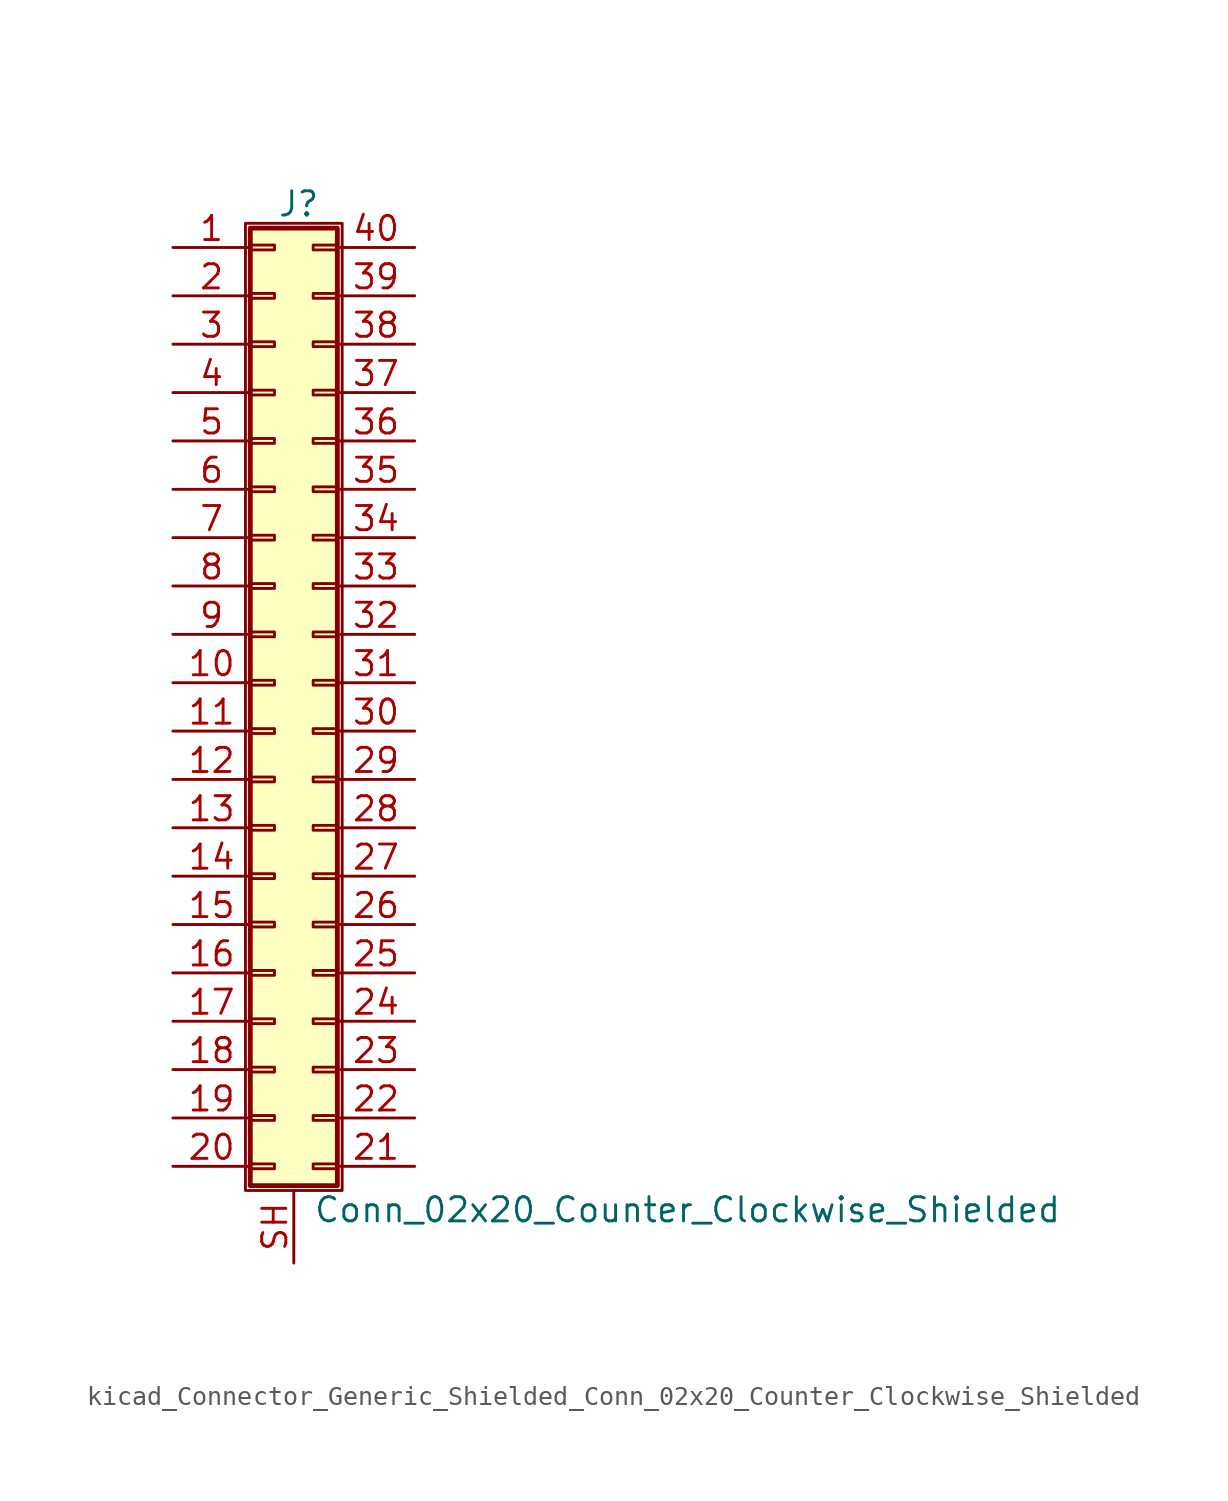
<source format=kicad_sym>
(kicad_symbol_lib
  (version 20220914)
  (generator kicad_symbol_editor)
  (symbol "kicad_Connector_Generic_Shielded_Conn_02x20_Counter_Clockwise_Shielded"
    (pin_names
      (offset 1.016) hide)
    (property "Reference" "J"
      (at 1.524 25.146 0)
      (effects (font (size 1.27 1.27))))
    (property "Value" "Conn_02x20_Counter_Clockwise_Shielded"
      (at 2.286 -27.686 0)
      (effects (font (size 1.27 1.27)) (justify left)))
    (symbol "kicad_Connector_Generic_Shielded_Conn_02x20_Counter_Clockwise_Shielded_1_1"
      (rectangle (start -1.27 24.13) (end 3.81 -26.67) (stroke (width 0.152) (type default)) (fill (type none)))
      (rectangle (start -1.016 -25.273) (end 0.254 -25.527) (stroke (width 0.152) (type default)) (fill (type none)))
      (rectangle (start -1.016 -22.733) (end 0.254 -22.987) (stroke (width 0.152) (type default)) (fill (type none)))
      (rectangle (start -1.016 -20.193) (end 0.254 -20.447) (stroke (width 0.152) (type default)) (fill (type none)))
      (rectangle (start -1.016 -17.653) (end 0.254 -17.907) (stroke (width 0.152) (type default)) (fill (type none)))
      (rectangle (start -1.016 -15.113) (end 0.254 -15.367) (stroke (width 0.152) (type default)) (fill (type none)))
      (rectangle (start -1.016 -12.573) (end 0.254 -12.827) (stroke (width 0.152) (type default)) (fill (type none)))
      (rectangle (start -1.016 -10.033) (end 0.254 -10.287) (stroke (width 0.152) (type default)) (fill (type none)))
      (rectangle (start -1.016 -7.493) (end 0.254 -7.747) (stroke (width 0.152) (type default)) (fill (type none)))
      (rectangle (start -1.016 -4.953) (end 0.254 -5.207) (stroke (width 0.152) (type default)) (fill (type none)))
      (rectangle (start -1.016 -2.413) (end 0.254 -2.667) (stroke (width 0.152) (type default)) (fill (type none)))
      (rectangle (start -1.016 0.127) (end 0.254 -0.127) (stroke (width 0.152) (type default)) (fill (type none)))
      (rectangle (start -1.016 2.667) (end 0.254 2.413) (stroke (width 0.152) (type default)) (fill (type none)))
      (rectangle (start -1.016 5.207) (end 0.254 4.953) (stroke (width 0.152) (type default)) (fill (type none)))
      (rectangle (start -1.016 7.747) (end 0.254 7.493) (stroke (width 0.152) (type default)) (fill (type none)))
      (rectangle (start -1.016 10.287) (end 0.254 10.033) (stroke (width 0.152) (type default)) (fill (type none)))
      (rectangle (start -1.016 12.827) (end 0.254 12.573) (stroke (width 0.152) (type default)) (fill (type none)))
      (rectangle (start -1.016 15.367) (end 0.254 15.113) (stroke (width 0.152) (type default)) (fill (type none)))
      (rectangle (start -1.016 17.907) (end 0.254 17.653) (stroke (width 0.152) (type default)) (fill (type none)))
      (rectangle (start -1.016 20.447) (end 0.254 20.193) (stroke (width 0.152) (type default)) (fill (type none)))
      (rectangle (start -1.016 22.987) (end 0.254 22.733) (stroke (width 0.152) (type default)) (fill (type none)))
      (rectangle (start -1.016 23.876) (end 3.556 -26.416) (stroke (width 0.254) (type default)) (fill (type background)))
      (rectangle (start 3.556 -25.273) (end 2.286 -25.527) (stroke (width 0.152) (type default)) (fill (type none)))
      (rectangle (start 3.556 -22.733) (end 2.286 -22.987) (stroke (width 0.152) (type default)) (fill (type none)))
      (rectangle (start 3.556 -20.193) (end 2.286 -20.447) (stroke (width 0.152) (type default)) (fill (type none)))
      (rectangle (start 3.556 -17.653) (end 2.286 -17.907) (stroke (width 0.152) (type default)) (fill (type none)))
      (rectangle (start 3.556 -15.113) (end 2.286 -15.367) (stroke (width 0.152) (type default)) (fill (type none)))
      (rectangle (start 3.556 -12.573) (end 2.286 -12.827) (stroke (width 0.152) (type default)) (fill (type none)))
      (rectangle (start 3.556 -10.033) (end 2.286 -10.287) (stroke (width 0.152) (type default)) (fill (type none)))
      (rectangle (start 3.556 -7.493) (end 2.286 -7.747) (stroke (width 0.152) (type default)) (fill (type none)))
      (rectangle (start 3.556 -4.953) (end 2.286 -5.207) (stroke (width 0.152) (type default)) (fill (type none)))
      (rectangle (start 3.556 -2.413) (end 2.286 -2.667) (stroke (width 0.152) (type default)) (fill (type none)))
      (rectangle (start 3.556 0.127) (end 2.286 -0.127) (stroke (width 0.152) (type default)) (fill (type none)))
      (rectangle (start 3.556 2.667) (end 2.286 2.413) (stroke (width 0.152) (type default)) (fill (type none)))
      (rectangle (start 3.556 5.207) (end 2.286 4.953) (stroke (width 0.152) (type default)) (fill (type none)))
      (rectangle (start 3.556 7.747) (end 2.286 7.493) (stroke (width 0.152) (type default)) (fill (type none)))
      (rectangle (start 3.556 10.287) (end 2.286 10.033) (stroke (width 0.152) (type default)) (fill (type none)))
      (rectangle (start 3.556 12.827) (end 2.286 12.573) (stroke (width 0.152) (type default)) (fill (type none)))
      (rectangle (start 3.556 15.367) (end 2.286 15.113) (stroke (width 0.152) (type default)) (fill (type none)))
      (rectangle (start 3.556 17.907) (end 2.286 17.653) (stroke (width 0.152) (type default)) (fill (type none)))
      (rectangle (start 3.556 20.447) (end 2.286 20.193) (stroke (width 0.152) (type default)) (fill (type none)))
      (rectangle (start 3.556 22.987) (end 2.286 22.733) (stroke (width 0.152) (type default)) (fill (type none)))
      (pin passive line (at -5.08 22.86 0) (length 4.064) (name "Pin_1" (effects (font (size 1.27 1.27)))) (number "1" (effects (font (size 1.27 1.27)))))
      (pin passive line (at -5.08 0 0) (length 4.064) (name "Pin_10" (effects (font (size 1.27 1.27)))) (number "10" (effects (font (size 1.27 1.27)))))
      (pin passive line (at -5.08 -2.54 0) (length 4.064) (name "Pin_11" (effects (font (size 1.27 1.27)))) (number "11" (effects (font (size 1.27 1.27)))))
      (pin passive line (at -5.08 -5.08 0) (length 4.064) (name "Pin_12" (effects (font (size 1.27 1.27)))) (number "12" (effects (font (size 1.27 1.27)))))
      (pin passive line (at -5.08 -7.62 0) (length 4.064) (name "Pin_13" (effects (font (size 1.27 1.27)))) (number "13" (effects (font (size 1.27 1.27)))))
      (pin passive line (at -5.08 -10.16 0) (length 4.064) (name "Pin_14" (effects (font (size 1.27 1.27)))) (number "14" (effects (font (size 1.27 1.27)))))
      (pin passive line (at -5.08 -12.7 0) (length 4.064) (name "Pin_15" (effects (font (size 1.27 1.27)))) (number "15" (effects (font (size 1.27 1.27)))))
      (pin passive line (at -5.08 -15.24 0) (length 4.064) (name "Pin_16" (effects (font (size 1.27 1.27)))) (number "16" (effects (font (size 1.27 1.27)))))
      (pin passive line (at -5.08 -17.78 0) (length 4.064) (name "Pin_17" (effects (font (size 1.27 1.27)))) (number "17" (effects (font (size 1.27 1.27)))))
      (pin passive line (at -5.08 -20.32 0) (length 4.064) (name "Pin_18" (effects (font (size 1.27 1.27)))) (number "18" (effects (font (size 1.27 1.27)))))
      (pin passive line (at -5.08 -22.86 0) (length 4.064) (name "Pin_19" (effects (font (size 1.27 1.27)))) (number "19" (effects (font (size 1.27 1.27)))))
      (pin passive line (at -5.08 20.32 0) (length 4.064) (name "Pin_2" (effects (font (size 1.27 1.27)))) (number "2" (effects (font (size 1.27 1.27)))))
      (pin passive line (at -5.08 -25.4 0) (length 4.064) (name "Pin_20" (effects (font (size 1.27 1.27)))) (number "20" (effects (font (size 1.27 1.27)))))
      (pin passive line (at 7.62 -25.4 180) (length 4.064) (name "Pin_21" (effects (font (size 1.27 1.27)))) (number "21" (effects (font (size 1.27 1.27)))))
      (pin passive line (at 7.62 -22.86 180) (length 4.064) (name "Pin_22" (effects (font (size 1.27 1.27)))) (number "22" (effects (font (size 1.27 1.27)))))
      (pin passive line (at 7.62 -20.32 180) (length 4.064) (name "Pin_23" (effects (font (size 1.27 1.27)))) (number "23" (effects (font (size 1.27 1.27)))))
      (pin passive line (at 7.62 -17.78 180) (length 4.064) (name "Pin_24" (effects (font (size 1.27 1.27)))) (number "24" (effects (font (size 1.27 1.27)))))
      (pin passive line (at 7.62 -15.24 180) (length 4.064) (name "Pin_25" (effects (font (size 1.27 1.27)))) (number "25" (effects (font (size 1.27 1.27)))))
      (pin passive line (at 7.62 -12.7 180) (length 4.064) (name "Pin_26" (effects (font (size 1.27 1.27)))) (number "26" (effects (font (size 1.27 1.27)))))
      (pin passive line (at 7.62 -10.16 180) (length 4.064) (name "Pin_27" (effects (font (size 1.27 1.27)))) (number "27" (effects (font (size 1.27 1.27)))))
      (pin passive line (at 7.62 -7.62 180) (length 4.064) (name "Pin_28" (effects (font (size 1.27 1.27)))) (number "28" (effects (font (size 1.27 1.27)))))
      (pin passive line (at 7.62 -5.08 180) (length 4.064) (name "Pin_29" (effects (font (size 1.27 1.27)))) (number "29" (effects (font (size 1.27 1.27)))))
      (pin passive line (at -5.08 17.78 0) (length 4.064) (name "Pin_3" (effects (font (size 1.27 1.27)))) (number "3" (effects (font (size 1.27 1.27)))))
      (pin passive line (at 7.62 -2.54 180) (length 4.064) (name "Pin_30" (effects (font (size 1.27 1.27)))) (number "30" (effects (font (size 1.27 1.27)))))
      (pin passive line (at 7.62 0 180) (length 4.064) (name "Pin_31" (effects (font (size 1.27 1.27)))) (number "31" (effects (font (size 1.27 1.27)))))
      (pin passive line (at 7.62 2.54 180) (length 4.064) (name "Pin_32" (effects (font (size 1.27 1.27)))) (number "32" (effects (font (size 1.27 1.27)))))
      (pin passive line (at 7.62 5.08 180) (length 4.064) (name "Pin_33" (effects (font (size 1.27 1.27)))) (number "33" (effects (font (size 1.27 1.27)))))
      (pin passive line (at 7.62 7.62 180) (length 4.064) (name "Pin_34" (effects (font (size 1.27 1.27)))) (number "34" (effects (font (size 1.27 1.27)))))
      (pin passive line (at 7.62 10.16 180) (length 4.064) (name "Pin_35" (effects (font (size 1.27 1.27)))) (number "35" (effects (font (size 1.27 1.27)))))
      (pin passive line (at 7.62 12.7 180) (length 4.064) (name "Pin_36" (effects (font (size 1.27 1.27)))) (number "36" (effects (font (size 1.27 1.27)))))
      (pin passive line (at 7.62 15.24 180) (length 4.064) (name "Pin_37" (effects (font (size 1.27 1.27)))) (number "37" (effects (font (size 1.27 1.27)))))
      (pin passive line (at 7.62 17.78 180) (length 4.064) (name "Pin_38" (effects (font (size 1.27 1.27)))) (number "38" (effects (font (size 1.27 1.27)))))
      (pin passive line (at 7.62 20.32 180) (length 4.064) (name "Pin_39" (effects (font (size 1.27 1.27)))) (number "39" (effects (font (size 1.27 1.27)))))
      (pin passive line (at -5.08 15.24 0) (length 4.064) (name "Pin_4" (effects (font (size 1.27 1.27)))) (number "4" (effects (font (size 1.27 1.27)))))
      (pin passive line (at 7.62 22.86 180) (length 4.064) (name "Pin_40" (effects (font (size 1.27 1.27)))) (number "40" (effects (font (size 1.27 1.27)))))
      (pin passive line (at -5.08 12.7 0) (length 4.064) (name "Pin_5" (effects (font (size 1.27 1.27)))) (number "5" (effects (font (size 1.27 1.27)))))
      (pin passive line (at -5.08 10.16 0) (length 4.064) (name "Pin_6" (effects (font (size 1.27 1.27)))) (number "6" (effects (font (size 1.27 1.27)))))
      (pin passive line (at -5.08 7.62 0) (length 4.064) (name "Pin_7" (effects (font (size 1.27 1.27)))) (number "7" (effects (font (size 1.27 1.27)))))
      (pin passive line (at -5.08 5.08 0) (length 4.064) (name "Pin_8" (effects (font (size 1.27 1.27)))) (number "8" (effects (font (size 1.27 1.27)))))
      (pin passive line (at -5.08 2.54 0) (length 4.064) (name "Pin_9" (effects (font (size 1.27 1.27)))) (number "9" (effects (font (size 1.27 1.27)))))
      (pin passive line (at 1.27 -30.48 90) (length 3.81) (name "Shield" (effects (font (size 1.27 1.27)))) (number "SH" (effects (font (size 1.27 1.27))))))))
</source>
